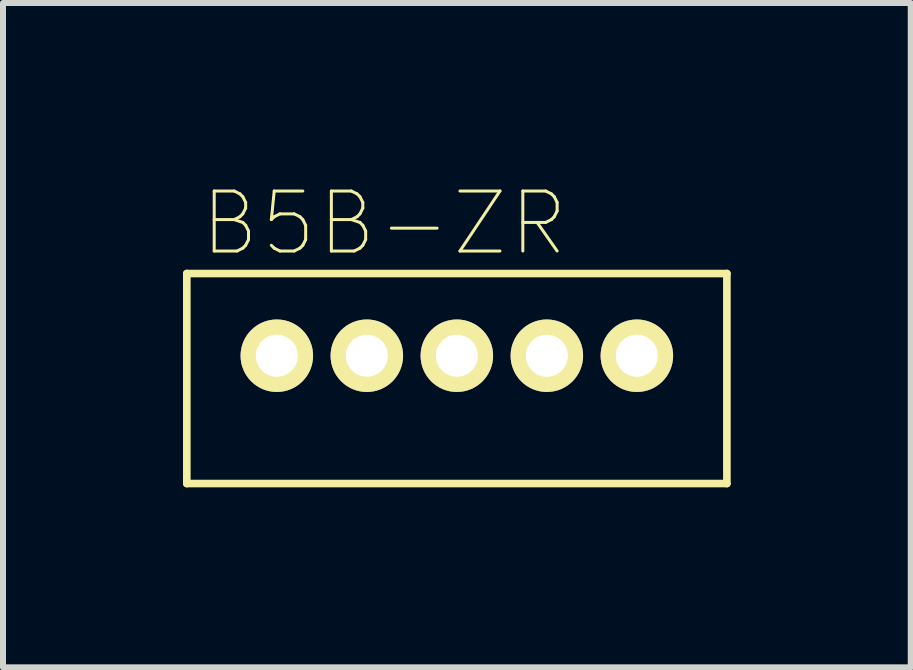
<source format=kicad_pcb>
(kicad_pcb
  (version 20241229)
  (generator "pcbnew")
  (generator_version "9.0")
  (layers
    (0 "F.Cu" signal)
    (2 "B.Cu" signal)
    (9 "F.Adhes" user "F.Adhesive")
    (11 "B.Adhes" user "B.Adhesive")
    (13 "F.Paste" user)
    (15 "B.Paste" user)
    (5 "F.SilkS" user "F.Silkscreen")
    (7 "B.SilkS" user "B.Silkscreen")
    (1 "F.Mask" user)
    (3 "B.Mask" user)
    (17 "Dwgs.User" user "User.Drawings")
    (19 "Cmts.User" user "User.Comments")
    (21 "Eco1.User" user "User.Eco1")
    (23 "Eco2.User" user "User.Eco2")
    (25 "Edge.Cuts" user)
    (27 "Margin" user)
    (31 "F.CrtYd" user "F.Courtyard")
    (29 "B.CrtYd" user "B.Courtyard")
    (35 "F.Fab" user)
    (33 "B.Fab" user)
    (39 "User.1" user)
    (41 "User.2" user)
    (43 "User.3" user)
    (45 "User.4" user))
  (footprint "B5B-ZR"
    (layer "F.Cu")
    (at 1.563 1.578)
    (property "Reference" "B5B-ZR" (at 1.79 -0.905 0) (layer "F.SilkS") (effects (font (size 1 1) (thickness 0.05))))
    (attr through_hole)
    (fp_line (start -1.5 -0.07) (end 7.5 -0.07) (stroke (width 0.127) (type solid)) (layer "F.SilkS"))
    (fp_line (start -1.5 3.43) (end -1.5 -0.07) (stroke (width 0.127) (type solid)) (layer "F.SilkS"))
    (fp_line (start 7.5 -0.07) (end 7.5 3.43) (stroke (width 0.127) (type solid)) (layer "F.SilkS"))
    (fp_line (start 7.5 3.43) (end -1.5 3.43) (stroke (width 0.127) (type solid)) (layer "F.SilkS"))
    (pad "1" thru_hole circle (at 6 1.3) (size 1.208 1.208) (drill 0.7) (layers "*.Cu" "*.Mask" "F.SilkS"))
    (pad "2" thru_hole circle (at 4.5 1.3) (size 1.208 1.208) (drill 0.7) (layers "*.Cu" "*.Mask" "F.SilkS"))
    (pad "3" thru_hole circle (at 3 1.3) (size 1.208 1.208) (drill 0.7) (layers "*.Cu" "*.Mask" "F.SilkS"))
    (pad "4" thru_hole circle (at 1.5 1.3) (size 1.208 1.208) (drill 0.7) (layers "*.Cu" "*.Mask" "F.SilkS"))
    (pad "5" thru_hole circle (at 0 1.3) (size 1.208 1.208) (drill 0.7) (layers "*.Cu" "*.Mask" "F.SilkS")))
  (gr_rect
    (start -3 -3)
    (end 12.127 8.071)
    (stroke (width 0.1) (type default))
    (fill no)
    (layer "Edge.Cuts")))
</source>
